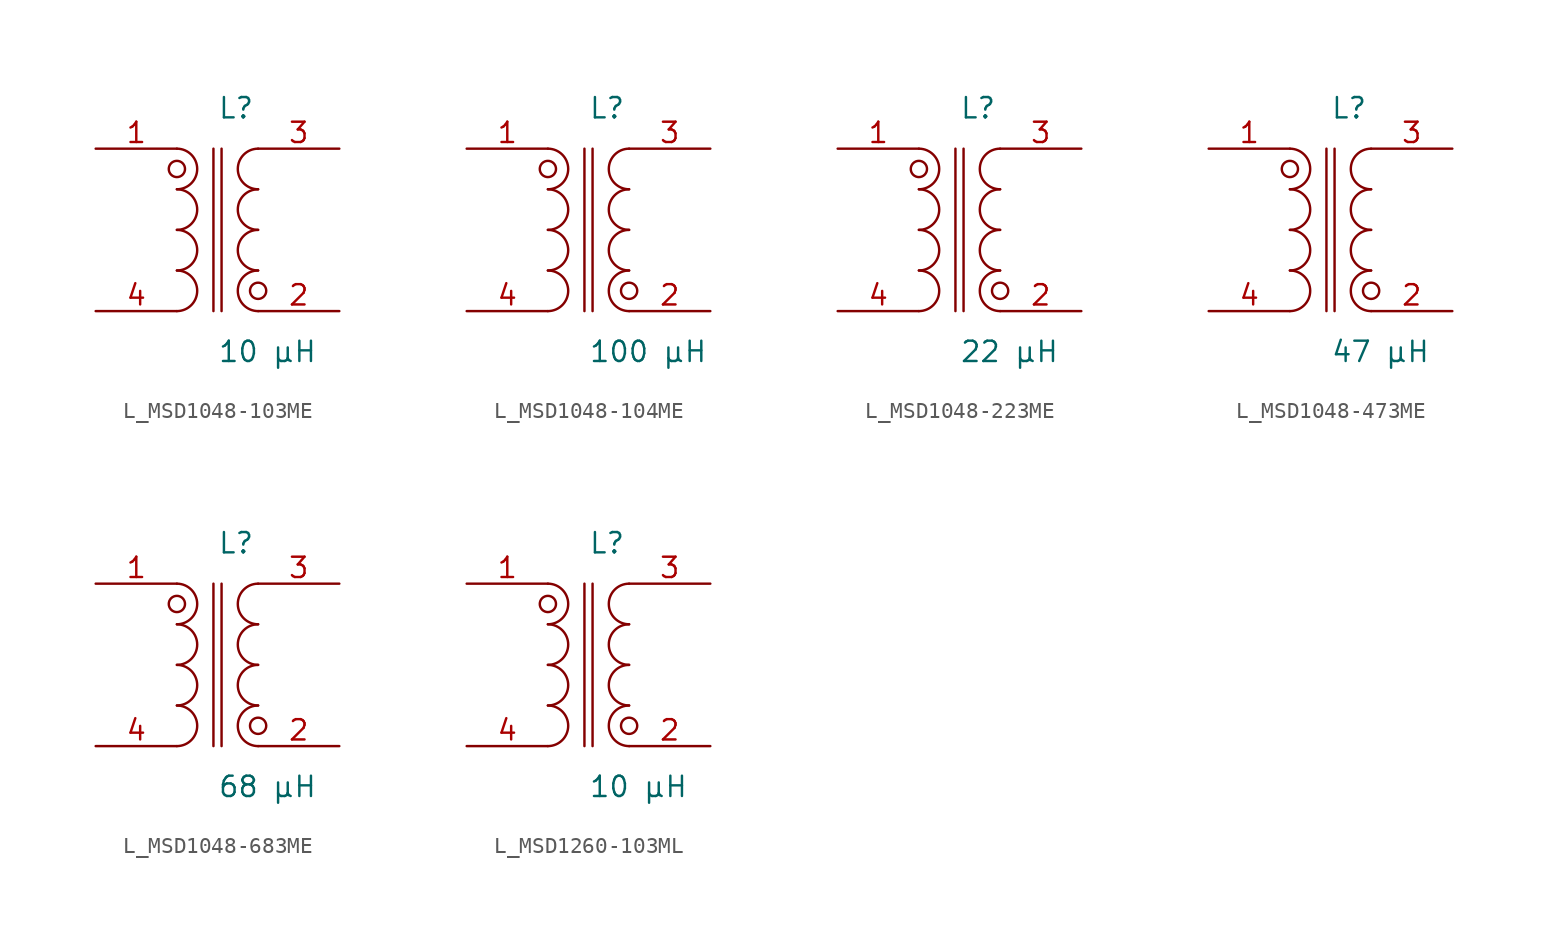
<source format=kicad_sym>
(kicad_symbol_lib
  (version 20231120)
  (generator kicad_symbol_editor)
  (generator_version 8.0)
  (symbol "L_MSD1048-103ME"
    (pin_names
      (offset 0.254))
    (property "Reference" "L"
      (at 0.0 7.62 0)
      (effects (font (size 1.27 1.27)) (justify left)))
    (property "Value" "10 µH"
      (at 0.0 -7.62 0)
      (effects (font (size 1.27 1.27)) (justify left)))
    (symbol "L_MSD1048-103ME_1_1"
      (arc (start -2.54 -5.08) (mid -1.27 -3.81) (end -2.54 -2.54) (stroke (width 0) (type default)) (fill (type none)))
      (arc (start -2.54 -2.54) (mid -1.27 -1.27) (end -2.54 0.0) (stroke (width 0) (type default)) (fill (type none)))
      (arc (start -2.54 0.0) (mid -1.27 1.27) (end -2.54 2.54) (stroke (width 0) (type default)) (fill (type none)))
      (arc (start -2.54 2.54) (mid -1.27 3.81) (end -2.54 5.08) (stroke (width 0) (type default)) (fill (type none)))
      (arc (start 2.54 5.08) (mid 1.27 3.81) (end 2.54 2.54) (stroke (width 0) (type default)) (fill (type none)))
      (arc (start 2.54 2.54) (mid 1.27 1.27) (end 2.54 0.0) (stroke (width 0) (type default)) (fill (type none)))
      (arc (start 2.54 0.0) (mid 1.27 -1.27) (end 2.54 -2.54) (stroke (width 0) (type default)) (fill (type none)))
      (arc (start 2.54 -2.54) (mid 1.27 -3.81) (end 2.54 -5.08) (stroke (width 0) (type default)) (fill (type none)))
      (circle (center -2.54 3.81) (radius 0.508) (stroke (width 0) (type default)) (fill (type none)))
      (circle (center 2.54 -3.81) (radius 0.508) (stroke (width 0) (type default)) (fill (type none)))
      (polyline (pts (xy -0.254 5.08) (xy -0.254 -5.08)) (stroke (width 0) (type default)) (fill (type none)))
      (polyline (pts (xy 0.254 5.08) (xy 0.254 -5.08)) (stroke (width 0) (type default)) (fill (type none)))
      (pin unspecified line (at -7.62 5.08 0) (length 5.08) (name "" (effects (font (size 1.27 1.27)))) (number "1" (effects (font (size 1.27 1.27)))))
      (pin unspecified line (at -7.62 -5.08 0) (length 5.08) (name "" (effects (font (size 1.27 1.27)))) (number "4" (effects (font (size 1.27 1.27)))))
      (pin unspecified line (at 7.62 5.08 180) (length 5.08) (name "" (effects (font (size 1.27 1.27)))) (number "3" (effects (font (size 1.27 1.27)))))
      (pin unspecified line (at 7.62 -5.08 180) (length 5.08) (name "" (effects (font (size 1.27 1.27)))) (number "2" (effects (font (size 1.27 1.27)))))))
  (symbol "L_MSD1048-104ME"
    (pin_names
      (offset 0.254))
    (property "Reference" "L"
      (at 0.0 7.62 0)
      (effects (font (size 1.27 1.27)) (justify left)))
    (property "Value" "100 µH"
      (at 0.0 -7.62 0)
      (effects (font (size 1.27 1.27)) (justify left)))
    (symbol "L_MSD1048-104ME_1_1"
      (arc (start -2.54 -5.08) (mid -1.27 -3.81) (end -2.54 -2.54) (stroke (width 0) (type default)) (fill (type none)))
      (arc (start -2.54 -2.54) (mid -1.27 -1.27) (end -2.54 0.0) (stroke (width 0) (type default)) (fill (type none)))
      (arc (start -2.54 0.0) (mid -1.27 1.27) (end -2.54 2.54) (stroke (width 0) (type default)) (fill (type none)))
      (arc (start -2.54 2.54) (mid -1.27 3.81) (end -2.54 5.08) (stroke (width 0) (type default)) (fill (type none)))
      (arc (start 2.54 5.08) (mid 1.27 3.81) (end 2.54 2.54) (stroke (width 0) (type default)) (fill (type none)))
      (arc (start 2.54 2.54) (mid 1.27 1.27) (end 2.54 0.0) (stroke (width 0) (type default)) (fill (type none)))
      (arc (start 2.54 0.0) (mid 1.27 -1.27) (end 2.54 -2.54) (stroke (width 0) (type default)) (fill (type none)))
      (arc (start 2.54 -2.54) (mid 1.27 -3.81) (end 2.54 -5.08) (stroke (width 0) (type default)) (fill (type none)))
      (circle (center -2.54 3.81) (radius 0.508) (stroke (width 0) (type default)) (fill (type none)))
      (circle (center 2.54 -3.81) (radius 0.508) (stroke (width 0) (type default)) (fill (type none)))
      (polyline (pts (xy -0.254 5.08) (xy -0.254 -5.08)) (stroke (width 0) (type default)) (fill (type none)))
      (polyline (pts (xy 0.254 5.08) (xy 0.254 -5.08)) (stroke (width 0) (type default)) (fill (type none)))
      (pin unspecified line (at -7.62 5.08 0) (length 5.08) (name "" (effects (font (size 1.27 1.27)))) (number "1" (effects (font (size 1.27 1.27)))))
      (pin unspecified line (at -7.62 -5.08 0) (length 5.08) (name "" (effects (font (size 1.27 1.27)))) (number "4" (effects (font (size 1.27 1.27)))))
      (pin unspecified line (at 7.62 5.08 180) (length 5.08) (name "" (effects (font (size 1.27 1.27)))) (number "3" (effects (font (size 1.27 1.27)))))
      (pin unspecified line (at 7.62 -5.08 180) (length 5.08) (name "" (effects (font (size 1.27 1.27)))) (number "2" (effects (font (size 1.27 1.27)))))))
  (symbol "L_MSD1048-223ME"
    (pin_names
      (offset 0.254))
    (property "Reference" "L"
      (at 0.0 7.62 0)
      (effects (font (size 1.27 1.27)) (justify left)))
    (property "Value" "22 µH"
      (at 0.0 -7.62 0)
      (effects (font (size 1.27 1.27)) (justify left)))
    (symbol "L_MSD1048-223ME_1_1"
      (arc (start -2.54 -5.08) (mid -1.27 -3.81) (end -2.54 -2.54) (stroke (width 0) (type default)) (fill (type none)))
      (arc (start -2.54 -2.54) (mid -1.27 -1.27) (end -2.54 0.0) (stroke (width 0) (type default)) (fill (type none)))
      (arc (start -2.54 0.0) (mid -1.27 1.27) (end -2.54 2.54) (stroke (width 0) (type default)) (fill (type none)))
      (arc (start -2.54 2.54) (mid -1.27 3.81) (end -2.54 5.08) (stroke (width 0) (type default)) (fill (type none)))
      (arc (start 2.54 5.08) (mid 1.27 3.81) (end 2.54 2.54) (stroke (width 0) (type default)) (fill (type none)))
      (arc (start 2.54 2.54) (mid 1.27 1.27) (end 2.54 0.0) (stroke (width 0) (type default)) (fill (type none)))
      (arc (start 2.54 0.0) (mid 1.27 -1.27) (end 2.54 -2.54) (stroke (width 0) (type default)) (fill (type none)))
      (arc (start 2.54 -2.54) (mid 1.27 -3.81) (end 2.54 -5.08) (stroke (width 0) (type default)) (fill (type none)))
      (circle (center -2.54 3.81) (radius 0.508) (stroke (width 0) (type default)) (fill (type none)))
      (circle (center 2.54 -3.81) (radius 0.508) (stroke (width 0) (type default)) (fill (type none)))
      (polyline (pts (xy -0.254 5.08) (xy -0.254 -5.08)) (stroke (width 0) (type default)) (fill (type none)))
      (polyline (pts (xy 0.254 5.08) (xy 0.254 -5.08)) (stroke (width 0) (type default)) (fill (type none)))
      (pin unspecified line (at -7.62 5.08 0) (length 5.08) (name "" (effects (font (size 1.27 1.27)))) (number "1" (effects (font (size 1.27 1.27)))))
      (pin unspecified line (at -7.62 -5.08 0) (length 5.08) (name "" (effects (font (size 1.27 1.27)))) (number "4" (effects (font (size 1.27 1.27)))))
      (pin unspecified line (at 7.62 5.08 180) (length 5.08) (name "" (effects (font (size 1.27 1.27)))) (number "3" (effects (font (size 1.27 1.27)))))
      (pin unspecified line (at 7.62 -5.08 180) (length 5.08) (name "" (effects (font (size 1.27 1.27)))) (number "2" (effects (font (size 1.27 1.27)))))))
  (symbol "L_MSD1048-473ME"
    (pin_names
      (offset 0.254))
    (property "Reference" "L"
      (at 0.0 7.62 0)
      (effects (font (size 1.27 1.27)) (justify left)))
    (property "Value" "47 µH"
      (at 0.0 -7.62 0)
      (effects (font (size 1.27 1.27)) (justify left)))
    (symbol "L_MSD1048-473ME_1_1"
      (arc (start -2.54 -5.08) (mid -1.27 -3.81) (end -2.54 -2.54) (stroke (width 0) (type default)) (fill (type none)))
      (arc (start -2.54 -2.54) (mid -1.27 -1.27) (end -2.54 0.0) (stroke (width 0) (type default)) (fill (type none)))
      (arc (start -2.54 0.0) (mid -1.27 1.27) (end -2.54 2.54) (stroke (width 0) (type default)) (fill (type none)))
      (arc (start -2.54 2.54) (mid -1.27 3.81) (end -2.54 5.08) (stroke (width 0) (type default)) (fill (type none)))
      (arc (start 2.54 5.08) (mid 1.27 3.81) (end 2.54 2.54) (stroke (width 0) (type default)) (fill (type none)))
      (arc (start 2.54 2.54) (mid 1.27 1.27) (end 2.54 0.0) (stroke (width 0) (type default)) (fill (type none)))
      (arc (start 2.54 0.0) (mid 1.27 -1.27) (end 2.54 -2.54) (stroke (width 0) (type default)) (fill (type none)))
      (arc (start 2.54 -2.54) (mid 1.27 -3.81) (end 2.54 -5.08) (stroke (width 0) (type default)) (fill (type none)))
      (circle (center -2.54 3.81) (radius 0.508) (stroke (width 0) (type default)) (fill (type none)))
      (circle (center 2.54 -3.81) (radius 0.508) (stroke (width 0) (type default)) (fill (type none)))
      (polyline (pts (xy -0.254 5.08) (xy -0.254 -5.08)) (stroke (width 0) (type default)) (fill (type none)))
      (polyline (pts (xy 0.254 5.08) (xy 0.254 -5.08)) (stroke (width 0) (type default)) (fill (type none)))
      (pin unspecified line (at -7.62 5.08 0) (length 5.08) (name "" (effects (font (size 1.27 1.27)))) (number "1" (effects (font (size 1.27 1.27)))))
      (pin unspecified line (at -7.62 -5.08 0) (length 5.08) (name "" (effects (font (size 1.27 1.27)))) (number "4" (effects (font (size 1.27 1.27)))))
      (pin unspecified line (at 7.62 5.08 180) (length 5.08) (name "" (effects (font (size 1.27 1.27)))) (number "3" (effects (font (size 1.27 1.27)))))
      (pin unspecified line (at 7.62 -5.08 180) (length 5.08) (name "" (effects (font (size 1.27 1.27)))) (number "2" (effects (font (size 1.27 1.27)))))))
  (symbol "L_MSD1048-683ME"
    (pin_names
      (offset 0.254))
    (property "Reference" "L"
      (at 0.0 7.62 0)
      (effects (font (size 1.27 1.27)) (justify left)))
    (property "Value" "68 µH"
      (at 0.0 -7.62 0)
      (effects (font (size 1.27 1.27)) (justify left)))
    (symbol "L_MSD1048-683ME_1_1"
      (arc (start -2.54 -5.08) (mid -1.27 -3.81) (end -2.54 -2.54) (stroke (width 0) (type default)) (fill (type none)))
      (arc (start -2.54 -2.54) (mid -1.27 -1.27) (end -2.54 0.0) (stroke (width 0) (type default)) (fill (type none)))
      (arc (start -2.54 0.0) (mid -1.27 1.27) (end -2.54 2.54) (stroke (width 0) (type default)) (fill (type none)))
      (arc (start -2.54 2.54) (mid -1.27 3.81) (end -2.54 5.08) (stroke (width 0) (type default)) (fill (type none)))
      (arc (start 2.54 5.08) (mid 1.27 3.81) (end 2.54 2.54) (stroke (width 0) (type default)) (fill (type none)))
      (arc (start 2.54 2.54) (mid 1.27 1.27) (end 2.54 0.0) (stroke (width 0) (type default)) (fill (type none)))
      (arc (start 2.54 0.0) (mid 1.27 -1.27) (end 2.54 -2.54) (stroke (width 0) (type default)) (fill (type none)))
      (arc (start 2.54 -2.54) (mid 1.27 -3.81) (end 2.54 -5.08) (stroke (width 0) (type default)) (fill (type none)))
      (circle (center -2.54 3.81) (radius 0.508) (stroke (width 0) (type default)) (fill (type none)))
      (circle (center 2.54 -3.81) (radius 0.508) (stroke (width 0) (type default)) (fill (type none)))
      (polyline (pts (xy -0.254 5.08) (xy -0.254 -5.08)) (stroke (width 0) (type default)) (fill (type none)))
      (polyline (pts (xy 0.254 5.08) (xy 0.254 -5.08)) (stroke (width 0) (type default)) (fill (type none)))
      (pin unspecified line (at -7.62 5.08 0) (length 5.08) (name "" (effects (font (size 1.27 1.27)))) (number "1" (effects (font (size 1.27 1.27)))))
      (pin unspecified line (at -7.62 -5.08 0) (length 5.08) (name "" (effects (font (size 1.27 1.27)))) (number "4" (effects (font (size 1.27 1.27)))))
      (pin unspecified line (at 7.62 5.08 180) (length 5.08) (name "" (effects (font (size 1.27 1.27)))) (number "3" (effects (font (size 1.27 1.27)))))
      (pin unspecified line (at 7.62 -5.08 180) (length 5.08) (name "" (effects (font (size 1.27 1.27)))) (number "2" (effects (font (size 1.27 1.27)))))))
  (symbol "L_MSD1260-103ML"
    (pin_names
      (offset 0.254))
    (property "Reference" "L"
      (at 0.0 7.62 0)
      (effects (font (size 1.27 1.27)) (justify left)))
    (property "Value" "10 µH"
      (at 0.0 -7.62 0)
      (effects (font (size 1.27 1.27)) (justify left)))
    (symbol "L_MSD1260-103ML_1_1"
      (arc (start -2.54 -5.08) (mid -1.27 -3.81) (end -2.54 -2.54) (stroke (width 0) (type default)) (fill (type none)))
      (arc (start -2.54 -2.54) (mid -1.27 -1.27) (end -2.54 0.0) (stroke (width 0) (type default)) (fill (type none)))
      (arc (start -2.54 0.0) (mid -1.27 1.27) (end -2.54 2.54) (stroke (width 0) (type default)) (fill (type none)))
      (arc (start -2.54 2.54) (mid -1.27 3.81) (end -2.54 5.08) (stroke (width 0) (type default)) (fill (type none)))
      (arc (start 2.54 5.08) (mid 1.27 3.81) (end 2.54 2.54) (stroke (width 0) (type default)) (fill (type none)))
      (arc (start 2.54 2.54) (mid 1.27 1.27) (end 2.54 0.0) (stroke (width 0) (type default)) (fill (type none)))
      (arc (start 2.54 0.0) (mid 1.27 -1.27) (end 2.54 -2.54) (stroke (width 0) (type default)) (fill (type none)))
      (arc (start 2.54 -2.54) (mid 1.27 -3.81) (end 2.54 -5.08) (stroke (width 0) (type default)) (fill (type none)))
      (circle (center -2.54 3.81) (radius 0.508) (stroke (width 0) (type default)) (fill (type none)))
      (circle (center 2.54 -3.81) (radius 0.508) (stroke (width 0) (type default)) (fill (type none)))
      (polyline (pts (xy -0.254 5.08) (xy -0.254 -5.08)) (stroke (width 0) (type default)) (fill (type none)))
      (polyline (pts (xy 0.254 5.08) (xy 0.254 -5.08)) (stroke (width 0) (type default)) (fill (type none)))
      (pin unspecified line (at -7.62 5.08 0) (length 5.08) (name "" (effects (font (size 1.27 1.27)))) (number "1" (effects (font (size 1.27 1.27)))))
      (pin unspecified line (at -7.62 -5.08 0) (length 5.08) (name "" (effects (font (size 1.27 1.27)))) (number "4" (effects (font (size 1.27 1.27)))))
      (pin unspecified line (at 7.62 5.08 180) (length 5.08) (name "" (effects (font (size 1.27 1.27)))) (number "3" (effects (font (size 1.27 1.27)))))
      (pin unspecified line (at 7.62 -5.08 180) (length 5.08) (name "" (effects (font (size 1.27 1.27)))) (number "2" (effects (font (size 1.27 1.27))))))))
</source>
